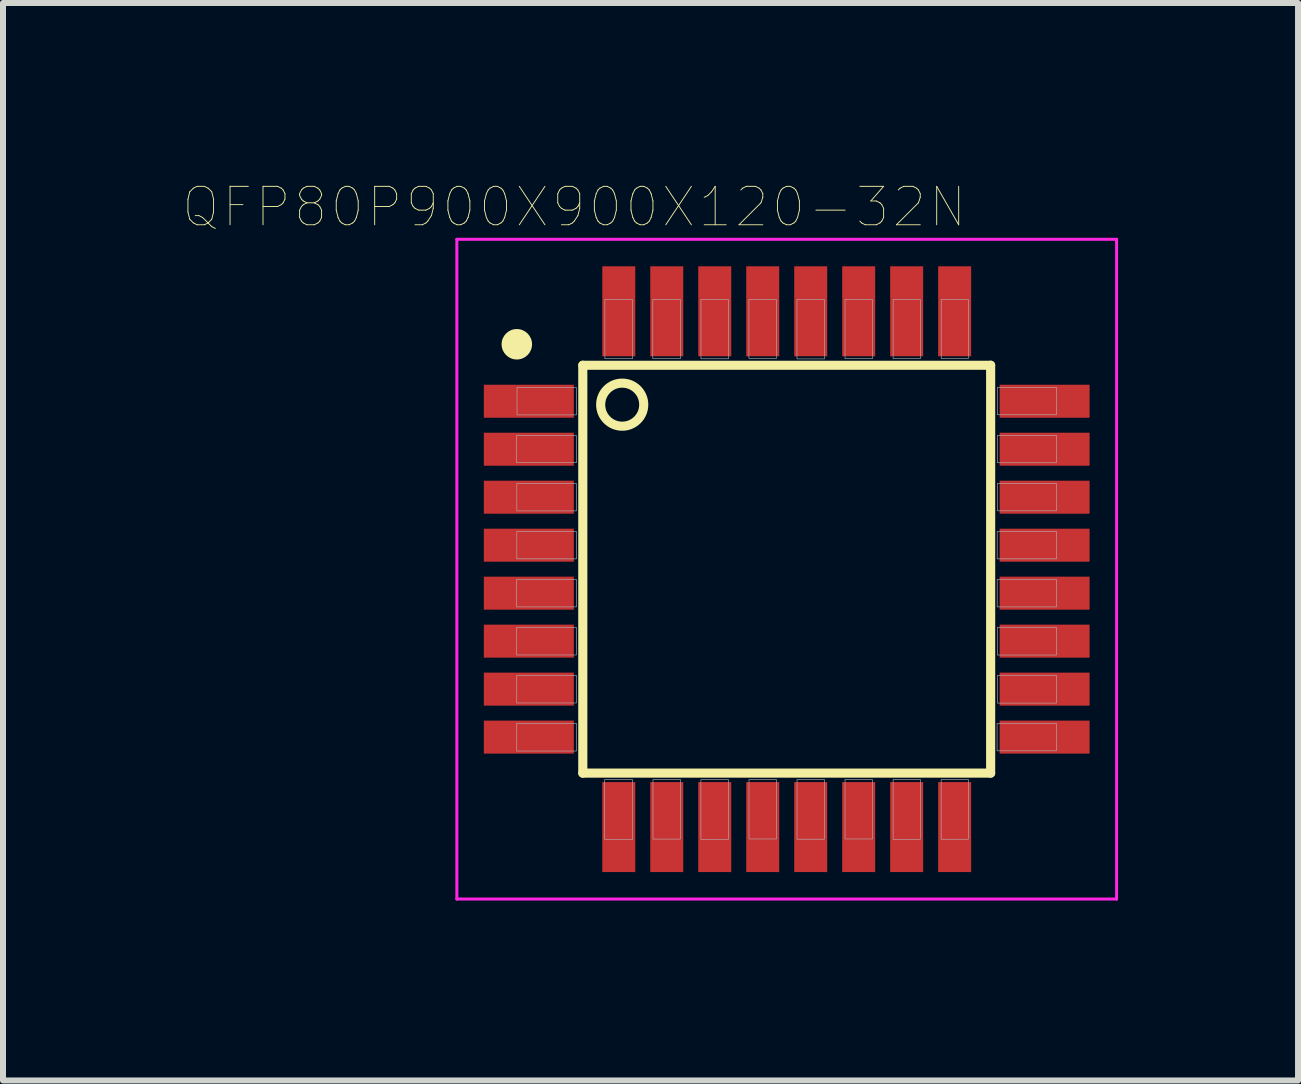
<source format=kicad_pcb>
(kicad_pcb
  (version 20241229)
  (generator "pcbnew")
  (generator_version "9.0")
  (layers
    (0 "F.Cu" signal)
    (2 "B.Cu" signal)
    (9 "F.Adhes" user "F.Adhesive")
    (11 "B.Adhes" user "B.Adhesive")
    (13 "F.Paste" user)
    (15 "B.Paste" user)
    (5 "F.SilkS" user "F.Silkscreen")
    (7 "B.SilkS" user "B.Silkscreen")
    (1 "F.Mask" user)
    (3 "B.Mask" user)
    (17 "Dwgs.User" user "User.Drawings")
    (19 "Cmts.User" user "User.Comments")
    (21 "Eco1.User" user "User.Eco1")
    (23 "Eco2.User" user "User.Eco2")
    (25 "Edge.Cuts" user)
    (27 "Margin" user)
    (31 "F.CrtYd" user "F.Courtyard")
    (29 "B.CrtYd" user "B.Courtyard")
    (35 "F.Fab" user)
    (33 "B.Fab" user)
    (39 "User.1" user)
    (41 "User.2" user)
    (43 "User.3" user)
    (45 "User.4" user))
  (footprint "QFP80P900X900X120-32N"
    (layer "F.Cu")
    (at 10.067 6.44)
    (property "Reference" "QFP80P900X900X120-32N" (at -3.543 -6.038 0) (layer "F.SilkS") (effects (font (size 0.641 0.641) (thickness 0.015))))
    (attr through_hole)
    (fp_line (start -3.4 -3.4) (end 3.4 -3.4) (stroke (width 0.152) (type solid)) (layer "F.SilkS"))
    (fp_line (start -3.4 3.4) (end -3.4 -3.4) (stroke (width 0.152) (type solid)) (layer "F.SilkS"))
    (fp_line (start 3.4 -3.4) (end 3.4 3.4) (stroke (width 0.152) (type solid)) (layer "F.SilkS"))
    (fp_line (start 3.4 3.4) (end -3.4 3.4) (stroke (width 0.152) (type solid)) (layer "F.SilkS"))
    (fp_circle (center -4.5 -3.75) (end -4.246 -3.75) (stroke (width 0) (type solid)) (fill yes) (layer "F.SilkS"))
    (fp_circle (center -2.743 -2.743) (end -2.384 -2.743) (stroke (width 0.152) (type solid)) (fill no) (layer "F.SilkS"))
    (fp_line (start -5.5 -5.5) (end -5.5 5.5) (stroke (width 0.05) (type solid)) (layer "F.CrtYd"))
    (fp_line (start -5.5 5.5) (end 5.5 5.5) (stroke (width 0.05) (type solid)) (layer "F.CrtYd"))
    (fp_line (start 5.5 -5.5) (end -5.5 -5.5) (stroke (width 0.05) (type solid)) (layer "F.CrtYd"))
    (fp_line (start 5.5 5.5) (end 5.5 -5.5) (stroke (width 0.05) (type solid)) (layer "F.CrtYd"))
    (fp_poly (pts (xy -4.505 -2.229) (xy -3.506 -2.229) (xy -3.506 -1.775) (xy -4.505 -1.775)) (stroke (width 0.01) (type solid)) (fill no) (layer "F.Fab"))
    (fp_poly (pts (xy -4.503 0.171) (xy -3.506 0.171) (xy -3.506 0.629) (xy -4.503 0.629)) (stroke (width 0.01) (type solid)) (fill no) (layer "F.Fab"))
    (fp_poly (pts (xy -4.502 0.971) (xy -3.506 0.971) (xy -3.506 1.43) (xy -4.502 1.43)) (stroke (width 0.01) (type solid)) (fill no) (layer "F.Fab"))
    (fp_poly (pts (xy -4.501 1.771) (xy -3.506 1.771) (xy -3.506 2.231) (xy -4.501 2.231)) (stroke (width 0.01) (type solid)) (fill no) (layer "F.Fab"))
    (fp_poly (pts (xy -4.501 2.571) (xy -3.506 2.571) (xy -3.506 3.032) (xy -4.501 3.032)) (stroke (width 0.01) (type solid)) (fill no) (layer "F.Fab"))
    (fp_poly (pts (xy -4.5 -0.629) (xy -3.506 -0.629) (xy -3.506 -0.172) (xy -4.5 -0.172)) (stroke (width 0.01) (type solid)) (fill no) (layer "F.Fab"))
    (fp_poly (pts (xy -4.5 -1.429) (xy -3.506 -1.429) (xy -3.506 -0.972) (xy -4.5 -0.972)) (stroke (width 0.01) (type solid)) (fill no) (layer "F.Fab"))
    (fp_poly (pts (xy -4.497 -3.029) (xy -3.506 -3.029) (xy -3.506 -2.572) (xy -4.497 -2.572)) (stroke (width 0.01) (type solid)) (fill no) (layer "F.Fab"))
    (fp_poly (pts (xy -3.035 3.506) (xy -2.571 3.506) (xy -2.571 4.505) (xy -3.035 4.505)) (stroke (width 0.01) (type solid)) (fill no) (layer "F.Fab"))
    (fp_poly (pts (xy -3.032 -4.497) (xy -2.571 -4.497) (xy -2.571 -3.509) (xy -3.032 -3.509)) (stroke (width 0.01) (type solid)) (fill no) (layer "F.Fab"))
    (fp_poly (pts (xy -2.233 -4.497) (xy -1.771 -4.497) (xy -1.771 -3.512) (xy -2.233 -3.512)) (stroke (width 0.01) (type solid)) (fill no) (layer "F.Fab"))
    (fp_poly (pts (xy -2.23 3.506) (xy -1.771 3.506) (xy -1.771 4.5) (xy -2.23 4.5)) (stroke (width 0.01) (type solid)) (fill no) (layer "F.Fab"))
    (fp_poly (pts (xy -1.431 3.506) (xy -0.971 3.506) (xy -0.971 4.504) (xy -1.431 4.504)) (stroke (width 0.01) (type solid)) (fill no) (layer "F.Fab"))
    (fp_poly (pts (xy -1.43 -4.497) (xy -0.971 -4.497) (xy -0.971 -3.508) (xy -1.43 -3.508)) (stroke (width 0.01) (type solid)) (fill no) (layer "F.Fab"))
    (fp_poly (pts (xy -0.63 -4.497) (xy -0.171 -4.497) (xy -0.171 -3.513) (xy -0.63 -3.513)) (stroke (width 0.01) (type solid)) (fill no) (layer "F.Fab"))
    (fp_poly (pts (xy -0.629 3.506) (xy -0.171 3.506) (xy -0.171 4.498) (xy -0.629 4.498)) (stroke (width 0.01) (type solid)) (fill no) (layer "F.Fab"))
    (fp_poly (pts (xy 0.171 -4.497) (xy 0.629 -4.497) (xy 0.629 -3.506) (xy 0.171 -3.506)) (stroke (width 0.01) (type solid)) (fill no) (layer "F.Fab"))
    (fp_poly (pts (xy 0.172 3.506) (xy 0.629 3.506) (xy 0.629 4.502) (xy 0.172 4.502)) (stroke (width 0.01) (type solid)) (fill no) (layer "F.Fab"))
    (fp_poly (pts (xy 0.972 3.506) (xy 1.429 3.506) (xy 1.429 4.498) (xy 0.972 4.498)) (stroke (width 0.01) (type solid)) (fill no) (layer "F.Fab"))
    (fp_poly (pts (xy 0.972 -4.497) (xy 1.429 -4.497) (xy 1.429 -3.509) (xy 0.972 -3.509)) (stroke (width 0.01) (type solid)) (fill no) (layer "F.Fab"))
    (fp_poly (pts (xy 1.774 -4.497) (xy 2.229 -4.497) (xy 2.229 -3.511) (xy 1.774 -3.511)) (stroke (width 0.01) (type solid)) (fill no) (layer "F.Fab"))
    (fp_poly (pts (xy 1.774 3.506) (xy 2.229 3.506) (xy 2.229 4.504) (xy 1.774 4.504)) (stroke (width 0.01) (type solid)) (fill no) (layer "F.Fab"))
    (fp_poly (pts (xy 2.575 3.506) (xy 3.029 3.506) (xy 3.029 4.503) (xy 2.575 4.503)) (stroke (width 0.01) (type solid)) (fill no) (layer "F.Fab"))
    (fp_poly (pts (xy 2.576 -4.497) (xy 3.029 -4.497) (xy 3.029 -3.513) (xy 2.576 -3.513)) (stroke (width 0.01) (type solid)) (fill no) (layer "F.Fab"))
    (fp_poly (pts (xy 3.507 2.571) (xy 4.497 2.571) (xy 4.497 3.029) (xy 3.507 3.029)) (stroke (width 0.01) (type solid)) (fill no) (layer "F.Fab"))
    (fp_poly (pts (xy 3.509 -0.629) (xy 4.497 -0.629) (xy 4.497 -0.172) (xy 3.509 -0.172)) (stroke (width 0.01) (type solid)) (fill no) (layer "F.Fab"))
    (fp_poly (pts (xy 3.509 0.171) (xy 4.497 0.171) (xy 4.497 0.629) (xy 3.509 0.629)) (stroke (width 0.01) (type solid)) (fill no) (layer "F.Fab"))
    (fp_poly (pts (xy 3.511 -2.229) (xy 4.497 -2.229) (xy 4.497 -1.774) (xy 3.511 -1.774)) (stroke (width 0.01) (type solid)) (fill no) (layer "F.Fab"))
    (fp_poly (pts (xy 3.511 -1.429) (xy 4.497 -1.429) (xy 4.497 -0.973) (xy 3.511 -0.973)) (stroke (width 0.01) (type solid)) (fill no) (layer "F.Fab"))
    (fp_poly (pts (xy 3.511 0.971) (xy 4.497 0.971) (xy 4.497 1.431) (xy 3.511 1.431)) (stroke (width 0.01) (type solid)) (fill no) (layer "F.Fab"))
    (fp_poly (pts (xy 3.511 -3.029) (xy 4.497 -3.029) (xy 4.497 -2.575) (xy 3.511 -2.575)) (stroke (width 0.01) (type solid)) (fill no) (layer "F.Fab"))
    (fp_poly (pts (xy 3.513 1.771) (xy 4.497 1.771) (xy 4.497 2.233) (xy 3.513 2.233)) (stroke (width 0.01) (type solid)) (fill no) (layer "F.Fab"))
    (pad "1" smd rect (at -4.3 -2.8) (size 1.5 0.55) (layers "F.Cu" "F.Mask" "F.Paste"))
    (pad "2" smd rect (at -4.3 -2) (size 1.5 0.55) (layers "F.Cu" "F.Mask" "F.Paste"))
    (pad "3" smd rect (at -4.3 -1.2) (size 1.5 0.55) (layers "F.Cu" "F.Mask" "F.Paste"))
    (pad "4" smd rect (at -4.3 -0.4) (size 1.5 0.55) (layers "F.Cu" "F.Mask" "F.Paste"))
    (pad "5" smd rect (at -4.3 0.4) (size 1.5 0.55) (layers "F.Cu" "F.Mask" "F.Paste"))
    (pad "6" smd rect (at -4.3 1.2) (size 1.5 0.55) (layers "F.Cu" "F.Mask" "F.Paste"))
    (pad "7" smd rect (at -4.3 2) (size 1.5 0.55) (layers "F.Cu" "F.Mask" "F.Paste"))
    (pad "8" smd rect (at -4.3 2.8) (size 1.5 0.55) (layers "F.Cu" "F.Mask" "F.Paste"))
    (pad "9" smd rect (at -2.8 4.3) (size 0.55 1.5) (layers "F.Cu" "F.Mask" "F.Paste"))
    (pad "10" smd rect (at -2 4.3) (size 0.55 1.5) (layers "F.Cu" "F.Mask" "F.Paste"))
    (pad "11" smd rect (at -1.2 4.3) (size 0.55 1.5) (layers "F.Cu" "F.Mask" "F.Paste"))
    (pad "12" smd rect (at -0.4 4.3) (size 0.55 1.5) (layers "F.Cu" "F.Mask" "F.Paste"))
    (pad "13" smd rect (at 0.4 4.3) (size 0.55 1.5) (layers "F.Cu" "F.Mask" "F.Paste"))
    (pad "14" smd rect (at 1.2 4.3) (size 0.55 1.5) (layers "F.Cu" "F.Mask" "F.Paste"))
    (pad "15" smd rect (at 2 4.3) (size 0.55 1.5) (layers "F.Cu" "F.Mask" "F.Paste"))
    (pad "16" smd rect (at 2.8 4.3) (size 0.55 1.5) (layers "F.Cu" "F.Mask" "F.Paste"))
    (pad "17" smd rect (at 4.3 2.8) (size 1.5 0.55) (layers "F.Cu" "F.Mask" "F.Paste"))
    (pad "18" smd rect (at 4.3 2) (size 1.5 0.55) (layers "F.Cu" "F.Mask" "F.Paste"))
    (pad "19" smd rect (at 4.3 1.2) (size 1.5 0.55) (layers "F.Cu" "F.Mask" "F.Paste"))
    (pad "20" smd rect (at 4.3 0.4) (size 1.5 0.55) (layers "F.Cu" "F.Mask" "F.Paste"))
    (pad "21" smd rect (at 4.3 -0.4) (size 1.5 0.55) (layers "F.Cu" "F.Mask" "F.Paste"))
    (pad "22" smd rect (at 4.3 -1.2) (size 1.5 0.55) (layers "F.Cu" "F.Mask" "F.Paste"))
    (pad "23" smd rect (at 4.3 -2) (size 1.5 0.55) (layers "F.Cu" "F.Mask" "F.Paste"))
    (pad "24" smd rect (at 4.3 -2.8) (size 1.5 0.55) (layers "F.Cu" "F.Mask" "F.Paste"))
    (pad "25" smd rect (at 2.8 -4.3) (size 0.55 1.5) (layers "F.Cu" "F.Mask" "F.Paste"))
    (pad "26" smd rect (at 2 -4.3) (size 0.55 1.5) (layers "F.Cu" "F.Mask" "F.Paste"))
    (pad "27" smd rect (at 1.2 -4.3) (size 0.55 1.5) (layers "F.Cu" "F.Mask" "F.Paste"))
    (pad "28" smd rect (at 0.4 -4.3) (size 0.55 1.5) (layers "F.Cu" "F.Mask" "F.Paste"))
    (pad "29" smd rect (at -0.4 -4.3) (size 0.55 1.5) (layers "F.Cu" "F.Mask" "F.Paste"))
    (pad "30" smd rect (at -1.2 -4.3) (size 0.55 1.5) (layers "F.Cu" "F.Mask" "F.Paste"))
    (pad "31" smd rect (at -2 -4.3) (size 0.55 1.5) (layers "F.Cu" "F.Mask" "F.Paste"))
    (pad "32" smd rect (at -2.8 -4.3) (size 0.55 1.5) (layers "F.Cu" "F.Mask" "F.Paste")))
  (gr_rect
    (start -3 -3)
    (end 18.592 14.965)
    (stroke (width 0.1) (type default))
    (fill no)
    (layer "Edge.Cuts")))
</source>
